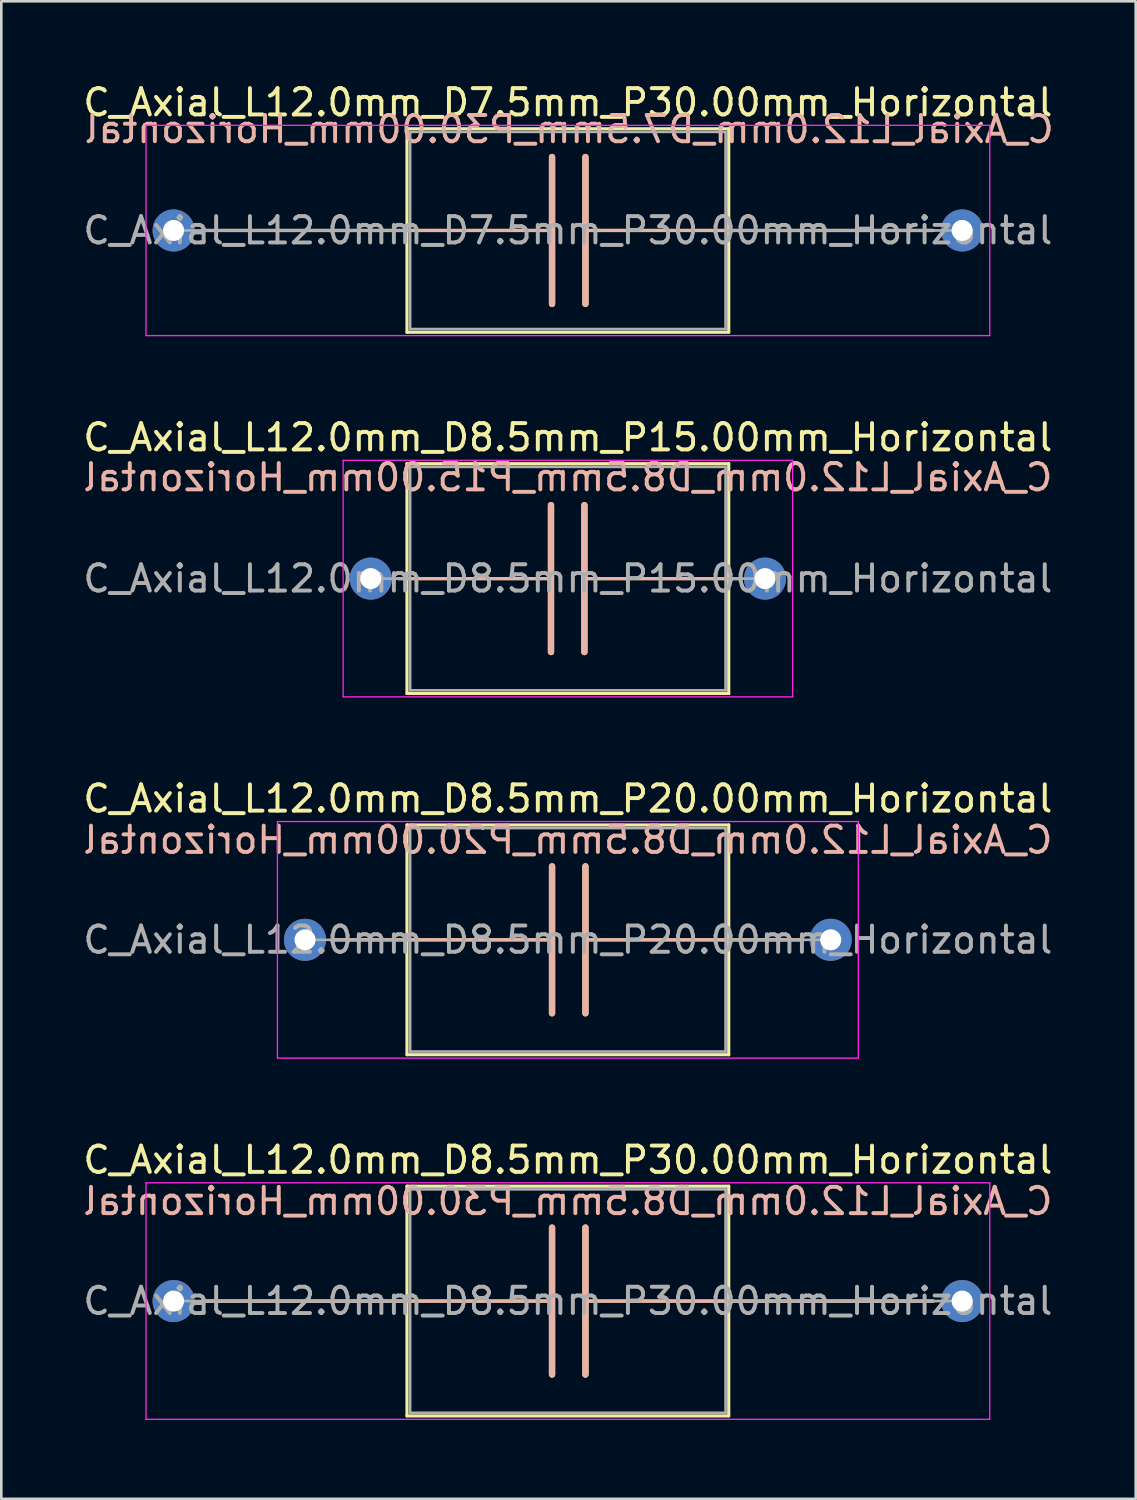
<source format=kicad_pcb>
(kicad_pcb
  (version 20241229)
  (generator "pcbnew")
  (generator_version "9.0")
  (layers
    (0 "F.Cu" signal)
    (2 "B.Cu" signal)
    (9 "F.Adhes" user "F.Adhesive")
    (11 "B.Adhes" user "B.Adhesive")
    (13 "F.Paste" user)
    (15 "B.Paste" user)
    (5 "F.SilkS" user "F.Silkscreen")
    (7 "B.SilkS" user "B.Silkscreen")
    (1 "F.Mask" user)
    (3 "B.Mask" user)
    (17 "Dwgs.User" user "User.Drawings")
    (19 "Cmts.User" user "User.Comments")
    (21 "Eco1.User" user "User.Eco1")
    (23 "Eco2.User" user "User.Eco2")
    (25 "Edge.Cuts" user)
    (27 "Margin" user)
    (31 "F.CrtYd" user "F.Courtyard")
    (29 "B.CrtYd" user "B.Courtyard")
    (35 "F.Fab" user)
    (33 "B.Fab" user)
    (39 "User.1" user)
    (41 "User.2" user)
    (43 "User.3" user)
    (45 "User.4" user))
  (footprint "C_Axial_L12.0mm_D7.5mm_P30.00mm_Horizontal"
    (layer "F.Cu")
    (at 3.554 5.718)
    (property "Reference" "C_Axial_L12.0mm_D7.5mm_P30.00mm_Horizontal" (at 15 -4.87 0) (layer "F.SilkS") (effects (font (size 1 1) (thickness 0.15))))
    (fp_line (start 1.1 0) (end 8.88 0) (stroke (width 0.12) (type solid)) (layer "F.SilkS"))
    (fp_line (start 8.88 -3.87) (end 8.88 3.87) (stroke (width 0.12) (type solid)) (layer "F.SilkS"))
    (fp_line (start 8.88 3.87) (end 21.12 3.87) (stroke (width 0.12) (type solid)) (layer "F.SilkS"))
    (fp_line (start 8.89 0) (end 14.398 0) (stroke (width 0.12) (type solid)) (layer "F.SilkS"))
    (fp_line (start 14.398 -2.794) (end 14.398 2.794) (stroke (width 0.24) (type solid)) (layer "F.SilkS"))
    (fp_line (start 15.668 2.794) (end 15.668 -2.794) (stroke (width 0.24) (type solid)) (layer "F.SilkS"))
    (fp_line (start 21.12 -3.87) (end 8.88 -3.87) (stroke (width 0.12) (type solid)) (layer "F.SilkS"))
    (fp_line (start 21.12 0) (end 15.668 0) (stroke (width 0.12) (type solid)) (layer "F.SilkS"))
    (fp_line (start 21.12 3.87) (end 21.12 -3.87) (stroke (width 0.12) (type solid)) (layer "F.SilkS"))
    (fp_line (start 28.9 0) (end 21.12 0) (stroke (width 0.12) (type solid)) (layer "F.SilkS"))
    (fp_line (start 1.1 0) (end 8.88 0) (stroke (width 0.12) (type solid)) (layer "B.SilkS"))
    (fp_line (start 8.89 0) (end 14.398 0) (stroke (width 0.12) (type solid)) (layer "B.SilkS"))
    (fp_line (start 14.398 2.794) (end 14.398 -2.794) (stroke (width 0.24) (type solid)) (layer "B.SilkS"))
    (fp_line (start 15.668 -2.794) (end 15.668 2.794) (stroke (width 0.24) (type solid)) (layer "B.SilkS"))
    (fp_line (start 21.12 0) (end 15.668 0) (stroke (width 0.12) (type solid)) (layer "B.SilkS"))
    (fp_line (start 28.9 0) (end 21.12 0) (stroke (width 0.12) (type solid)) (layer "B.SilkS"))
    (fp_line (start -1.05 -4) (end -1.05 4) (stroke (width 0.05) (type solid)) (layer "F.CrtYd"))
    (fp_line (start -1.05 4) (end 31.05 4) (stroke (width 0.05) (type solid)) (layer "F.CrtYd"))
    (fp_line (start 31.05 -4) (end -1.05 -4) (stroke (width 0.05) (type solid)) (layer "F.CrtYd"))
    (fp_line (start 31.05 4) (end 31.05 -4) (stroke (width 0.05) (type solid)) (layer "F.CrtYd"))
    (fp_line (start 0 0) (end 9 0) (stroke (width 0.1) (type solid)) (layer "F.Fab"))
    (fp_line (start 9 -3.75) (end 9 3.75) (stroke (width 0.1) (type solid)) (layer "F.Fab"))
    (fp_line (start 9 3.75) (end 21 3.75) (stroke (width 0.1) (type solid)) (layer "F.Fab"))
    (fp_line (start 21 -3.75) (end 9 -3.75) (stroke (width 0.1) (type solid)) (layer "F.Fab"))
    (fp_line (start 21 3.75) (end 21 -3.75) (stroke (width 0.1) (type solid)) (layer "F.Fab"))
    (fp_line (start 30 0) (end 21 0) (stroke (width 0.1) (type solid)) (layer "F.Fab"))
    (fp_text user "${REFERENCE}" (at 15.05 -3.85 0) (layer "B.SilkS") (effects (font (size 1 1) (thickness 0.15)) (justify mirror)))
    (fp_text user "${REFERENCE}" (at 15 0 0) (layer "F.Fab") (effects (font (size 1 1) (thickness 0.15))))
    (pad "1" thru_hole circle (at 0 0) (size 1.6 1.6) (drill 0.8) (layers "*.Cu" "*.Mask"))
    (pad "2" thru_hole oval (at 30 0) (size 1.6 1.6) (drill 0.8) (layers "*.Cu" "*.Mask")))
  (footprint "C_Axial_L12.0mm_D8.5mm_P30.00mm_Horizontal"
    (layer "F.Cu")
    (at 3.554 46.448)
    (property "Reference" "C_Axial_L12.0mm_D8.5mm_P30.00mm_Horizontal" (at 15 -5.37 0) (layer "F.SilkS") (effects (font (size 1 1) (thickness 0.15))))
    (fp_line (start 1.1 0) (end 8.88 0) (stroke (width 0.12) (type solid)) (layer "F.SilkS"))
    (fp_line (start 8.88 -4.37) (end 8.88 4.37) (stroke (width 0.12) (type solid)) (layer "F.SilkS"))
    (fp_line (start 8.88 0) (end 14.398 0) (stroke (width 0.12) (type solid)) (layer "F.SilkS"))
    (fp_line (start 8.88 4.37) (end 21.12 4.37) (stroke (width 0.12) (type solid)) (layer "F.SilkS"))
    (fp_line (start 14.398 -2.794) (end 14.398 2.794) (stroke (width 0.24) (type solid)) (layer "F.SilkS"))
    (fp_line (start 15.668 2.794) (end 15.668 -2.794) (stroke (width 0.24) (type solid)) (layer "F.SilkS"))
    (fp_line (start 21.12 -4.37) (end 8.88 -4.37) (stroke (width 0.12) (type solid)) (layer "F.SilkS"))
    (fp_line (start 21.12 0) (end 15.668 0) (stroke (width 0.12) (type solid)) (layer "F.SilkS"))
    (fp_line (start 21.12 4.37) (end 21.12 -4.37) (stroke (width 0.12) (type solid)) (layer "F.SilkS"))
    (fp_line (start 28.9 0) (end 21.12 0) (stroke (width 0.12) (type solid)) (layer "F.SilkS"))
    (fp_line (start 1.1 0) (end 8.88 0) (stroke (width 0.12) (type solid)) (layer "B.SilkS"))
    (fp_line (start 8.88 0) (end 14.398 0) (stroke (width 0.12) (type solid)) (layer "B.SilkS"))
    (fp_line (start 14.398 2.794) (end 14.398 -2.794) (stroke (width 0.24) (type solid)) (layer "B.SilkS"))
    (fp_line (start 15.668 -2.794) (end 15.668 2.794) (stroke (width 0.24) (type solid)) (layer "B.SilkS"))
    (fp_line (start 21.12 0) (end 15.668 0) (stroke (width 0.12) (type solid)) (layer "B.SilkS"))
    (fp_line (start 28.9 0) (end 21.12 0) (stroke (width 0.12) (type solid)) (layer "B.SilkS"))
    (fp_line (start -1.05 -4.5) (end -1.05 4.5) (stroke (width 0.05) (type solid)) (layer "F.CrtYd"))
    (fp_line (start -1.05 4.5) (end 31.05 4.5) (stroke (width 0.05) (type solid)) (layer "F.CrtYd"))
    (fp_line (start 31.05 -4.5) (end -1.05 -4.5) (stroke (width 0.05) (type solid)) (layer "F.CrtYd"))
    (fp_line (start 31.05 4.5) (end 31.05 -4.5) (stroke (width 0.05) (type solid)) (layer "F.CrtYd"))
    (fp_line (start 0 0) (end 9 0) (stroke (width 0.1) (type solid)) (layer "F.Fab"))
    (fp_line (start 9 -4.25) (end 9 4.25) (stroke (width 0.1) (type solid)) (layer "F.Fab"))
    (fp_line (start 9 4.25) (end 21 4.25) (stroke (width 0.1) (type solid)) (layer "F.Fab"))
    (fp_line (start 21 -4.25) (end 9 -4.25) (stroke (width 0.1) (type solid)) (layer "F.Fab"))
    (fp_line (start 21 4.25) (end 21 -4.25) (stroke (width 0.1) (type solid)) (layer "F.Fab"))
    (fp_line (start 30 0) (end 21 0) (stroke (width 0.1) (type solid)) (layer "F.Fab"))
    (fp_text user "${REFERENCE}" (at 15 -3.8 0) (layer "B.SilkS") (effects (font (size 1 1) (thickness 0.15)) (justify mirror)))
    (fp_text user "${REFERENCE}" (at 15 0 0) (layer "F.Fab") (effects (font (size 1 1) (thickness 0.15))))
    (pad "1" thru_hole circle (at 0 0) (size 1.6 1.6) (drill 0.8) (layers "*.Cu" "*.Mask"))
    (pad "2" thru_hole oval (at 30 0) (size 1.6 1.6) (drill 0.8) (layers "*.Cu" "*.Mask")))
  (footprint "C_Axial_L12.0mm_D8.5mm_P20.00mm_Horizontal"
    (layer "F.Cu")
    (at 8.554 32.705)
    (property "Reference" "C_Axial_L12.0mm_D8.5mm_P20.00mm_Horizontal" (at 10 -5.37 0) (layer "F.SilkS") (effects (font (size 1 1) (thickness 0.15))))
    (fp_line (start 1.04 0) (end 3.88 0) (stroke (width 0.12) (type solid)) (layer "F.SilkS"))
    (fp_line (start 3.88 -4.37) (end 3.88 4.37) (stroke (width 0.12) (type solid)) (layer "F.SilkS"))
    (fp_line (start 3.88 0) (end 9.398 0) (stroke (width 0.12) (type solid)) (layer "F.SilkS"))
    (fp_line (start 3.88 4.37) (end 16.12 4.37) (stroke (width 0.12) (type solid)) (layer "F.SilkS"))
    (fp_line (start 9.398 -2.794) (end 9.398 2.794) (stroke (width 0.24) (type solid)) (layer "F.SilkS"))
    (fp_line (start 10.668 2.794) (end 10.668 -2.794) (stroke (width 0.24) (type solid)) (layer "F.SilkS"))
    (fp_line (start 16.12 -4.37) (end 3.88 -4.37) (stroke (width 0.12) (type solid)) (layer "F.SilkS"))
    (fp_line (start 16.12 4.37) (end 16.12 -4.37) (stroke (width 0.12) (type solid)) (layer "F.SilkS"))
    (fp_line (start 16.129 0) (end 10.668 0) (stroke (width 0.12) (type solid)) (layer "F.SilkS"))
    (fp_line (start 18.96 0) (end 16.12 0) (stroke (width 0.12) (type solid)) (layer "F.SilkS"))
    (fp_line (start 1.04 0) (end 3.88 0) (stroke (width 0.12) (type solid)) (layer "B.SilkS"))
    (fp_line (start 3.88 0) (end 9.398 0) (stroke (width 0.12) (type solid)) (layer "B.SilkS"))
    (fp_line (start 9.398 2.794) (end 9.398 -2.794) (stroke (width 0.24) (type solid)) (layer "B.SilkS"))
    (fp_line (start 10.668 -2.794) (end 10.668 2.794) (stroke (width 0.24) (type solid)) (layer "B.SilkS"))
    (fp_line (start 16.129 0) (end 10.668 0) (stroke (width 0.12) (type solid)) (layer "B.SilkS"))
    (fp_line (start 18.96 0) (end 16.12 0) (stroke (width 0.12) (type solid)) (layer "B.SilkS"))
    (fp_line (start -1.05 -4.5) (end -1.05 4.5) (stroke (width 0.05) (type solid)) (layer "F.CrtYd"))
    (fp_line (start -1.05 4.5) (end 21.05 4.5) (stroke (width 0.05) (type solid)) (layer "F.CrtYd"))
    (fp_line (start 21.05 -4.5) (end -1.05 -4.5) (stroke (width 0.05) (type solid)) (layer "F.CrtYd"))
    (fp_line (start 21.05 4.5) (end 21.05 -4.5) (stroke (width 0.05) (type solid)) (layer "F.CrtYd"))
    (fp_line (start 0 0) (end 4 0) (stroke (width 0.1) (type solid)) (layer "F.Fab"))
    (fp_line (start 4 -4.25) (end 4 4.25) (stroke (width 0.1) (type solid)) (layer "F.Fab"))
    (fp_line (start 4 4.25) (end 16 4.25) (stroke (width 0.1) (type solid)) (layer "F.Fab"))
    (fp_line (start 16 -4.25) (end 4 -4.25) (stroke (width 0.1) (type solid)) (layer "F.Fab"))
    (fp_line (start 16 4.25) (end 16 -4.25) (stroke (width 0.1) (type solid)) (layer "F.Fab"))
    (fp_line (start 20 0) (end 16 0) (stroke (width 0.1) (type solid)) (layer "F.Fab"))
    (fp_text user "${REFERENCE}" (at 10 -3.8 0) (layer "B.SilkS") (effects (font (size 1 1) (thickness 0.15)) (justify mirror)))
    (fp_text user "${REFERENCE}" (at 10 0 0) (layer "F.Fab") (effects (font (size 1 1) (thickness 0.15))))
    (pad "1" thru_hole circle (at 0 0) (size 1.6 1.6) (drill 0.8) (layers "*.Cu" "*.Mask"))
    (pad "2" thru_hole oval (at 20 0) (size 1.6 1.6) (drill 0.8) (layers "*.Cu" "*.Mask")))
  (footprint "C_Axial_L12.0mm_D8.5mm_P15.00mm_Horizontal"
    (layer "F.Cu")
    (at 11.054 18.962)
    (property "Reference" "C_Axial_L12.0mm_D8.5mm_P15.00mm_Horizontal" (at 7.5 -5.37 0) (layer "F.SilkS") (effects (font (size 1 1) (thickness 0.15))))
    (fp_line (start 1.04 0) (end 1.38 0) (stroke (width 0.12) (type solid)) (layer "F.SilkS"))
    (fp_line (start 1.38 -4.37) (end 1.38 4.37) (stroke (width 0.12) (type solid)) (layer "F.SilkS"))
    (fp_line (start 1.38 0) (end 6.858 0) (stroke (width 0.12) (type solid)) (layer "F.SilkS"))
    (fp_line (start 1.38 4.37) (end 13.62 4.37) (stroke (width 0.12) (type solid)) (layer "F.SilkS"))
    (fp_line (start 6.858 -2.794) (end 6.858 2.794) (stroke (width 0.24) (type solid)) (layer "F.SilkS"))
    (fp_line (start 8.128 2.794) (end 8.128 -2.794) (stroke (width 0.24) (type solid)) (layer "F.SilkS"))
    (fp_line (start 13.62 -4.37) (end 1.38 -4.37) (stroke (width 0.12) (type solid)) (layer "F.SilkS"))
    (fp_line (start 13.62 0) (end 8.128 0) (stroke (width 0.12) (type solid)) (layer "F.SilkS"))
    (fp_line (start 13.62 4.37) (end 13.62 -4.37) (stroke (width 0.12) (type solid)) (layer "F.SilkS"))
    (fp_line (start 13.96 0) (end 13.62 0) (stroke (width 0.12) (type solid)) (layer "F.SilkS"))
    (fp_line (start 1.04 0) (end 1.38 0) (stroke (width 0.12) (type solid)) (layer "B.SilkS"))
    (fp_line (start 1.38 0) (end 6.858 0) (stroke (width 0.12) (type solid)) (layer "B.SilkS"))
    (fp_line (start 6.858 2.794) (end 6.858 -2.794) (stroke (width 0.24) (type solid)) (layer "B.SilkS"))
    (fp_line (start 8.128 -2.794) (end 8.128 2.794) (stroke (width 0.24) (type solid)) (layer "B.SilkS"))
    (fp_line (start 13.62 0) (end 8.128 0) (stroke (width 0.12) (type solid)) (layer "B.SilkS"))
    (fp_line (start 13.96 0) (end 13.62 0) (stroke (width 0.12) (type solid)) (layer "B.SilkS"))
    (fp_line (start -1.05 -4.5) (end -1.05 4.5) (stroke (width 0.05) (type solid)) (layer "F.CrtYd"))
    (fp_line (start -1.05 4.5) (end 16.05 4.5) (stroke (width 0.05) (type solid)) (layer "F.CrtYd"))
    (fp_line (start 16.05 -4.5) (end -1.05 -4.5) (stroke (width 0.05) (type solid)) (layer "F.CrtYd"))
    (fp_line (start 16.05 4.5) (end 16.05 -4.5) (stroke (width 0.05) (type solid)) (layer "F.CrtYd"))
    (fp_line (start 0 0) (end 1.5 0) (stroke (width 0.1) (type solid)) (layer "F.Fab"))
    (fp_line (start 1.5 -4.25) (end 1.5 4.25) (stroke (width 0.1) (type solid)) (layer "F.Fab"))
    (fp_line (start 1.5 4.25) (end 13.5 4.25) (stroke (width 0.1) (type solid)) (layer "F.Fab"))
    (fp_line (start 13.5 -4.25) (end 1.5 -4.25) (stroke (width 0.1) (type solid)) (layer "F.Fab"))
    (fp_line (start 13.5 4.25) (end 13.5 -4.25) (stroke (width 0.1) (type solid)) (layer "F.Fab"))
    (fp_line (start 15 0) (end 13.5 0) (stroke (width 0.1) (type solid)) (layer "F.Fab"))
    (fp_text user "${REFERENCE}" (at 7.5 -3.85 0) (layer "B.SilkS") (effects (font (size 1 1) (thickness 0.15)) (justify mirror)))
    (fp_text user "${REFERENCE}" (at 7.5 0 0) (layer "F.Fab") (effects (font (size 1 1) (thickness 0.15))))
    (pad "1" thru_hole circle (at 0 0) (size 1.6 1.6) (drill 0.8) (layers "*.Cu" "*.Mask"))
    (pad "2" thru_hole oval (at 15 0) (size 1.6 1.6) (drill 0.8) (layers "*.Cu" "*.Mask")))
  (gr_rect
    (start -3 -3)
    (end 40.157 53.973)
    (stroke (width 0.1) (type default))
    (fill no)
    (layer "Edge.Cuts")))
</source>
